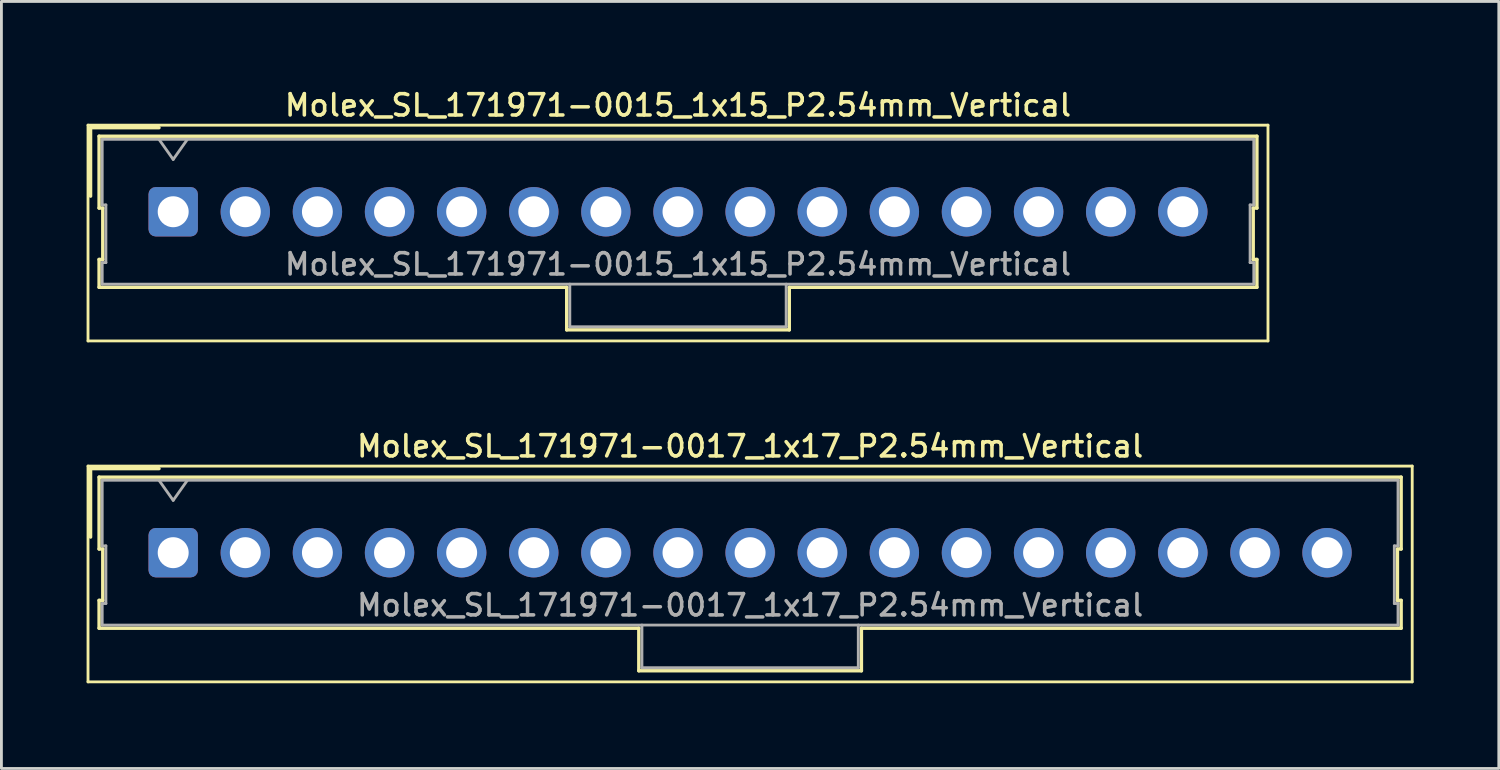
<source format=kicad_pcb>
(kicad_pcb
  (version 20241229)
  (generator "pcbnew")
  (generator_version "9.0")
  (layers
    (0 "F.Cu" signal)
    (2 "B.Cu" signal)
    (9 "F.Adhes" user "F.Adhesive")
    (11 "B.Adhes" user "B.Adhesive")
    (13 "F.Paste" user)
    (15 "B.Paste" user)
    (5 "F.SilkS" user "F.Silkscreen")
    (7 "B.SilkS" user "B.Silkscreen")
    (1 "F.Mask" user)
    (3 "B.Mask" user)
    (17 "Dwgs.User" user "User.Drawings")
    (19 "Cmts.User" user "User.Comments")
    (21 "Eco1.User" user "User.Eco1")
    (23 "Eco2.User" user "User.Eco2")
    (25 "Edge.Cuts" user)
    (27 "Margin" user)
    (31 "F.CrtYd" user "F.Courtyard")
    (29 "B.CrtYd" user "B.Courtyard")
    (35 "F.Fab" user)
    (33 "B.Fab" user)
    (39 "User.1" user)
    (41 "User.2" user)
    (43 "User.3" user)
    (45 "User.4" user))
  (footprint "Molex_SL_171971-0015_1x15_P2.54mm_Vertical"
    (layer "F.Cu")
    (at 3.05 4.408)
    (property "Reference" "Molex_SL_171971-0015_1x15_P2.54mm_Vertical" (at 17.78 -3.75 0) (layer "F.SilkS") (effects (font (size 0.75 0.75) (thickness 0.125))))
    (attr through_hole)
    (fp_line (start -3 -3.05) (end -3 4.55) (stroke (width 0.1) (type solid)) (layer "F.SilkS"))
    (fp_line (start -3 4.55) (end 38.56 4.55) (stroke (width 0.1) (type solid)) (layer "F.SilkS"))
    (fp_line (start -2.91 -2.96) (end -0.5 -2.96) (stroke (width 0.12) (type solid)) (layer "F.SilkS"))
    (fp_line (start -2.91 -0.55) (end -2.91 -2.96) (stroke (width 0.12) (type solid)) (layer "F.SilkS"))
    (fp_line (start -2.61 -2.66) (end -2.61 -0.13) (stroke (width 0.12) (type solid)) (layer "F.SilkS"))
    (fp_line (start -2.61 -0.13) (end -2.48 -0.13) (stroke (width 0.12) (type solid)) (layer "F.SilkS"))
    (fp_line (start -2.61 1.68) (end -2.61 2.66) (stroke (width 0.12) (type solid)) (layer "F.SilkS"))
    (fp_line (start -2.61 2.66) (end 13.86 2.66) (stroke (width 0.12) (type solid)) (layer "F.SilkS"))
    (fp_line (start -2.48 -0.13) (end -2.48 1.68) (stroke (width 0.12) (type solid)) (layer "F.SilkS"))
    (fp_line (start -2.48 1.68) (end -2.61 1.68) (stroke (width 0.12) (type solid)) (layer "F.SilkS"))
    (fp_line (start 13.86 2.66) (end 13.86 4.16) (stroke (width 0.12) (type solid)) (layer "F.SilkS"))
    (fp_line (start 13.86 4.16) (end 21.7 4.16) (stroke (width 0.12) (type solid)) (layer "F.SilkS"))
    (fp_line (start 21.7 2.66) (end 38.17 2.66) (stroke (width 0.12) (type solid)) (layer "F.SilkS"))
    (fp_line (start 21.7 4.16) (end 21.7 2.66) (stroke (width 0.12) (type solid)) (layer "F.SilkS"))
    (fp_line (start 38.04 -0.13) (end 38.17 -0.13) (stroke (width 0.12) (type solid)) (layer "F.SilkS"))
    (fp_line (start 38.04 1.68) (end 38.04 -0.13) (stroke (width 0.12) (type solid)) (layer "F.SilkS"))
    (fp_line (start 38.17 -2.66) (end -2.61 -2.66) (stroke (width 0.12) (type solid)) (layer "F.SilkS"))
    (fp_line (start 38.17 -0.13) (end 38.17 -2.66) (stroke (width 0.12) (type solid)) (layer "F.SilkS"))
    (fp_line (start 38.17 1.68) (end 38.04 1.68) (stroke (width 0.12) (type solid)) (layer "F.SilkS"))
    (fp_line (start 38.17 2.66) (end 38.17 1.68) (stroke (width 0.12) (type solid)) (layer "F.SilkS"))
    (fp_line (start 38.56 -3.05) (end -3 -3.05) (stroke (width 0.1) (type solid)) (layer "F.SilkS"))
    (fp_line (start 38.56 4.55) (end 38.56 -3.05) (stroke (width 0.1) (type solid)) (layer "F.SilkS"))
    (fp_line (start -2.5 -2.55) (end -2.5 -0.24) (stroke (width 0.1) (type solid)) (layer "F.Fab"))
    (fp_line (start -2.5 -0.24) (end -2.37 -0.24) (stroke (width 0.1) (type solid)) (layer "F.Fab"))
    (fp_line (start -2.5 1.79) (end -2.5 2.55) (stroke (width 0.1) (type solid)) (layer "F.Fab"))
    (fp_line (start -2.5 2.55) (end 38.06 2.55) (stroke (width 0.1) (type solid)) (layer "F.Fab"))
    (fp_line (start -2.37 -0.24) (end -2.37 1.79) (stroke (width 0.1) (type solid)) (layer "F.Fab"))
    (fp_line (start -2.37 1.79) (end -2.5 1.79) (stroke (width 0.1) (type solid)) (layer "F.Fab"))
    (fp_line (start 0 -1.843) (end -0.5 -2.55) (stroke (width 0.1) (type solid)) (layer "F.Fab"))
    (fp_line (start 0.5 -2.55) (end 0 -1.843) (stroke (width 0.1) (type solid)) (layer "F.Fab"))
    (fp_line (start 13.97 2.55) (end 13.97 4.05) (stroke (width 0.1) (type solid)) (layer "F.Fab"))
    (fp_line (start 13.97 4.05) (end 21.59 4.05) (stroke (width 0.1) (type solid)) (layer "F.Fab"))
    (fp_line (start 21.59 4.05) (end 21.59 2.55) (stroke (width 0.1) (type solid)) (layer "F.Fab"))
    (fp_line (start 37.93 -0.24) (end 38.06 -0.24) (stroke (width 0.1) (type solid)) (layer "F.Fab"))
    (fp_line (start 37.93 1.79) (end 37.93 -0.24) (stroke (width 0.1) (type solid)) (layer "F.Fab"))
    (fp_line (start 38.06 -2.55) (end -2.5 -2.55) (stroke (width 0.1) (type solid)) (layer "F.Fab"))
    (fp_line (start 38.06 -0.24) (end 38.06 -2.55) (stroke (width 0.1) (type solid)) (layer "F.Fab"))
    (fp_line (start 38.06 1.79) (end 37.93 1.79) (stroke (width 0.1) (type solid)) (layer "F.Fab"))
    (fp_line (start 38.06 2.55) (end 38.06 1.79) (stroke (width 0.1) (type solid)) (layer "F.Fab"))
    (fp_text user "${REFERENCE}" (at 17.78 1.85 0) (layer "F.Fab") (effects (font (size 0.75 0.75) (thickness 0.125))))
    (pad "1" thru_hole roundrect (at 0 0) (size 1.74 1.74) (drill 1.09) (layers "*.Cu" "*.Mask") (roundrect_rratio 0.144))
    (pad "2" thru_hole circle (at 2.54 0) (size 1.74 1.74) (drill 1.09) (layers "*.Cu" "*.Mask"))
    (pad "3" thru_hole circle (at 5.08 0) (size 1.74 1.74) (drill 1.09) (layers "*.Cu" "*.Mask"))
    (pad "4" thru_hole circle (at 7.62 0) (size 1.74 1.74) (drill 1.09) (layers "*.Cu" "*.Mask"))
    (pad "5" thru_hole circle (at 10.16 0) (size 1.74 1.74) (drill 1.09) (layers "*.Cu" "*.Mask"))
    (pad "6" thru_hole circle (at 12.7 0) (size 1.74 1.74) (drill 1.09) (layers "*.Cu" "*.Mask"))
    (pad "7" thru_hole circle (at 15.24 0) (size 1.74 1.74) (drill 1.09) (layers "*.Cu" "*.Mask"))
    (pad "8" thru_hole circle (at 17.78 0) (size 1.74 1.74) (drill 1.09) (layers "*.Cu" "*.Mask"))
    (pad "9" thru_hole circle (at 20.32 0) (size 1.74 1.74) (drill 1.09) (layers "*.Cu" "*.Mask"))
    (pad "10" thru_hole circle (at 22.86 0) (size 1.74 1.74) (drill 1.09) (layers "*.Cu" "*.Mask"))
    (pad "11" thru_hole circle (at 25.4 0) (size 1.74 1.74) (drill 1.09) (layers "*.Cu" "*.Mask"))
    (pad "12" thru_hole circle (at 27.94 0) (size 1.74 1.74) (drill 1.09) (layers "*.Cu" "*.Mask"))
    (pad "13" thru_hole circle (at 30.48 0) (size 1.74 1.74) (drill 1.09) (layers "*.Cu" "*.Mask"))
    (pad "14" thru_hole circle (at 33.02 0) (size 1.74 1.74) (drill 1.09) (layers "*.Cu" "*.Mask"))
    (pad "15" thru_hole circle (at 35.56 0) (size 1.74 1.74) (drill 1.09) (layers "*.Cu" "*.Mask")))
  (footprint "Molex_SL_171971-0017_1x17_P2.54mm_Vertical"
    (layer "F.Cu")
    (at 3.05 16.416)
    (property "Reference" "Molex_SL_171971-0017_1x17_P2.54mm_Vertical" (at 20.32 -3.75 0) (layer "F.SilkS") (effects (font (size 0.75 0.75) (thickness 0.125))))
    (attr through_hole)
    (fp_line (start -3 -3.05) (end -3 4.55) (stroke (width 0.1) (type solid)) (layer "F.SilkS"))
    (fp_line (start -3 4.55) (end 43.64 4.55) (stroke (width 0.1) (type solid)) (layer "F.SilkS"))
    (fp_line (start -2.91 -2.96) (end -0.5 -2.96) (stroke (width 0.12) (type solid)) (layer "F.SilkS"))
    (fp_line (start -2.91 -0.55) (end -2.91 -2.96) (stroke (width 0.12) (type solid)) (layer "F.SilkS"))
    (fp_line (start -2.61 -2.66) (end -2.61 -0.13) (stroke (width 0.12) (type solid)) (layer "F.SilkS"))
    (fp_line (start -2.61 -0.13) (end -2.48 -0.13) (stroke (width 0.12) (type solid)) (layer "F.SilkS"))
    (fp_line (start -2.61 1.68) (end -2.61 2.66) (stroke (width 0.12) (type solid)) (layer "F.SilkS"))
    (fp_line (start -2.61 2.66) (end 16.4 2.66) (stroke (width 0.12) (type solid)) (layer "F.SilkS"))
    (fp_line (start -2.48 -0.13) (end -2.48 1.68) (stroke (width 0.12) (type solid)) (layer "F.SilkS"))
    (fp_line (start -2.48 1.68) (end -2.61 1.68) (stroke (width 0.12) (type solid)) (layer "F.SilkS"))
    (fp_line (start 16.4 2.66) (end 16.4 4.16) (stroke (width 0.12) (type solid)) (layer "F.SilkS"))
    (fp_line (start 16.4 4.16) (end 24.24 4.16) (stroke (width 0.12) (type solid)) (layer "F.SilkS"))
    (fp_line (start 24.24 2.66) (end 43.25 2.66) (stroke (width 0.12) (type solid)) (layer "F.SilkS"))
    (fp_line (start 24.24 4.16) (end 24.24 2.66) (stroke (width 0.12) (type solid)) (layer "F.SilkS"))
    (fp_line (start 43.12 -0.13) (end 43.25 -0.13) (stroke (width 0.12) (type solid)) (layer "F.SilkS"))
    (fp_line (start 43.12 1.68) (end 43.12 -0.13) (stroke (width 0.12) (type solid)) (layer "F.SilkS"))
    (fp_line (start 43.25 -2.66) (end -2.61 -2.66) (stroke (width 0.12) (type solid)) (layer "F.SilkS"))
    (fp_line (start 43.25 -0.13) (end 43.25 -2.66) (stroke (width 0.12) (type solid)) (layer "F.SilkS"))
    (fp_line (start 43.25 1.68) (end 43.12 1.68) (stroke (width 0.12) (type solid)) (layer "F.SilkS"))
    (fp_line (start 43.25 2.66) (end 43.25 1.68) (stroke (width 0.12) (type solid)) (layer "F.SilkS"))
    (fp_line (start 43.64 -3.05) (end -3 -3.05) (stroke (width 0.1) (type solid)) (layer "F.SilkS"))
    (fp_line (start 43.64 4.55) (end 43.64 -3.05) (stroke (width 0.1) (type solid)) (layer "F.SilkS"))
    (fp_line (start -2.5 -2.55) (end -2.5 -0.24) (stroke (width 0.1) (type solid)) (layer "F.Fab"))
    (fp_line (start -2.5 -0.24) (end -2.37 -0.24) (stroke (width 0.1) (type solid)) (layer "F.Fab"))
    (fp_line (start -2.5 1.79) (end -2.5 2.55) (stroke (width 0.1) (type solid)) (layer "F.Fab"))
    (fp_line (start -2.5 2.55) (end 43.14 2.55) (stroke (width 0.1) (type solid)) (layer "F.Fab"))
    (fp_line (start -2.37 -0.24) (end -2.37 1.79) (stroke (width 0.1) (type solid)) (layer "F.Fab"))
    (fp_line (start -2.37 1.79) (end -2.5 1.79) (stroke (width 0.1) (type solid)) (layer "F.Fab"))
    (fp_line (start 0 -1.843) (end -0.5 -2.55) (stroke (width 0.1) (type solid)) (layer "F.Fab"))
    (fp_line (start 0.5 -2.55) (end 0 -1.843) (stroke (width 0.1) (type solid)) (layer "F.Fab"))
    (fp_line (start 16.51 2.55) (end 16.51 4.05) (stroke (width 0.1) (type solid)) (layer "F.Fab"))
    (fp_line (start 16.51 4.05) (end 24.13 4.05) (stroke (width 0.1) (type solid)) (layer "F.Fab"))
    (fp_line (start 24.13 4.05) (end 24.13 2.55) (stroke (width 0.1) (type solid)) (layer "F.Fab"))
    (fp_line (start 43.01 -0.24) (end 43.14 -0.24) (stroke (width 0.1) (type solid)) (layer "F.Fab"))
    (fp_line (start 43.01 1.79) (end 43.01 -0.24) (stroke (width 0.1) (type solid)) (layer "F.Fab"))
    (fp_line (start 43.14 -2.55) (end -2.5 -2.55) (stroke (width 0.1) (type solid)) (layer "F.Fab"))
    (fp_line (start 43.14 -0.24) (end 43.14 -2.55) (stroke (width 0.1) (type solid)) (layer "F.Fab"))
    (fp_line (start 43.14 1.79) (end 43.01 1.79) (stroke (width 0.1) (type solid)) (layer "F.Fab"))
    (fp_line (start 43.14 2.55) (end 43.14 1.79) (stroke (width 0.1) (type solid)) (layer "F.Fab"))
    (fp_text user "${REFERENCE}" (at 20.32 1.85 0) (layer "F.Fab") (effects (font (size 0.75 0.75) (thickness 0.125))))
    (pad "1" thru_hole roundrect (at 0 0) (size 1.74 1.74) (drill 1.09) (layers "*.Cu" "*.Mask") (roundrect_rratio 0.144))
    (pad "2" thru_hole circle (at 2.54 0) (size 1.74 1.74) (drill 1.09) (layers "*.Cu" "*.Mask"))
    (pad "3" thru_hole circle (at 5.08 0) (size 1.74 1.74) (drill 1.09) (layers "*.Cu" "*.Mask"))
    (pad "4" thru_hole circle (at 7.62 0) (size 1.74 1.74) (drill 1.09) (layers "*.Cu" "*.Mask"))
    (pad "5" thru_hole circle (at 10.16 0) (size 1.74 1.74) (drill 1.09) (layers "*.Cu" "*.Mask"))
    (pad "6" thru_hole circle (at 12.7 0) (size 1.74 1.74) (drill 1.09) (layers "*.Cu" "*.Mask"))
    (pad "7" thru_hole circle (at 15.24 0) (size 1.74 1.74) (drill 1.09) (layers "*.Cu" "*.Mask"))
    (pad "8" thru_hole circle (at 17.78 0) (size 1.74 1.74) (drill 1.09) (layers "*.Cu" "*.Mask"))
    (pad "9" thru_hole circle (at 20.32 0) (size 1.74 1.74) (drill 1.09) (layers "*.Cu" "*.Mask"))
    (pad "10" thru_hole circle (at 22.86 0) (size 1.74 1.74) (drill 1.09) (layers "*.Cu" "*.Mask"))
    (pad "11" thru_hole circle (at 25.4 0) (size 1.74 1.74) (drill 1.09) (layers "*.Cu" "*.Mask"))
    (pad "12" thru_hole circle (at 27.94 0) (size 1.74 1.74) (drill 1.09) (layers "*.Cu" "*.Mask"))
    (pad "13" thru_hole circle (at 30.48 0) (size 1.74 1.74) (drill 1.09) (layers "*.Cu" "*.Mask"))
    (pad "14" thru_hole circle (at 33.02 0) (size 1.74 1.74) (drill 1.09) (layers "*.Cu" "*.Mask"))
    (pad "15" thru_hole circle (at 35.56 0) (size 1.74 1.74) (drill 1.09) (layers "*.Cu" "*.Mask"))
    (pad "16" thru_hole circle (at 38.1 0) (size 1.74 1.74) (drill 1.09) (layers "*.Cu" "*.Mask"))
    (pad "17" thru_hole circle (at 40.64 0) (size 1.74 1.74) (drill 1.09) (layers "*.Cu" "*.Mask")))
  (gr_rect
    (start -3 -3)
    (end 49.74 24.016)
    (stroke (width 0.1) (type default))
    (fill no)
    (layer "Edge.Cuts")))
</source>
